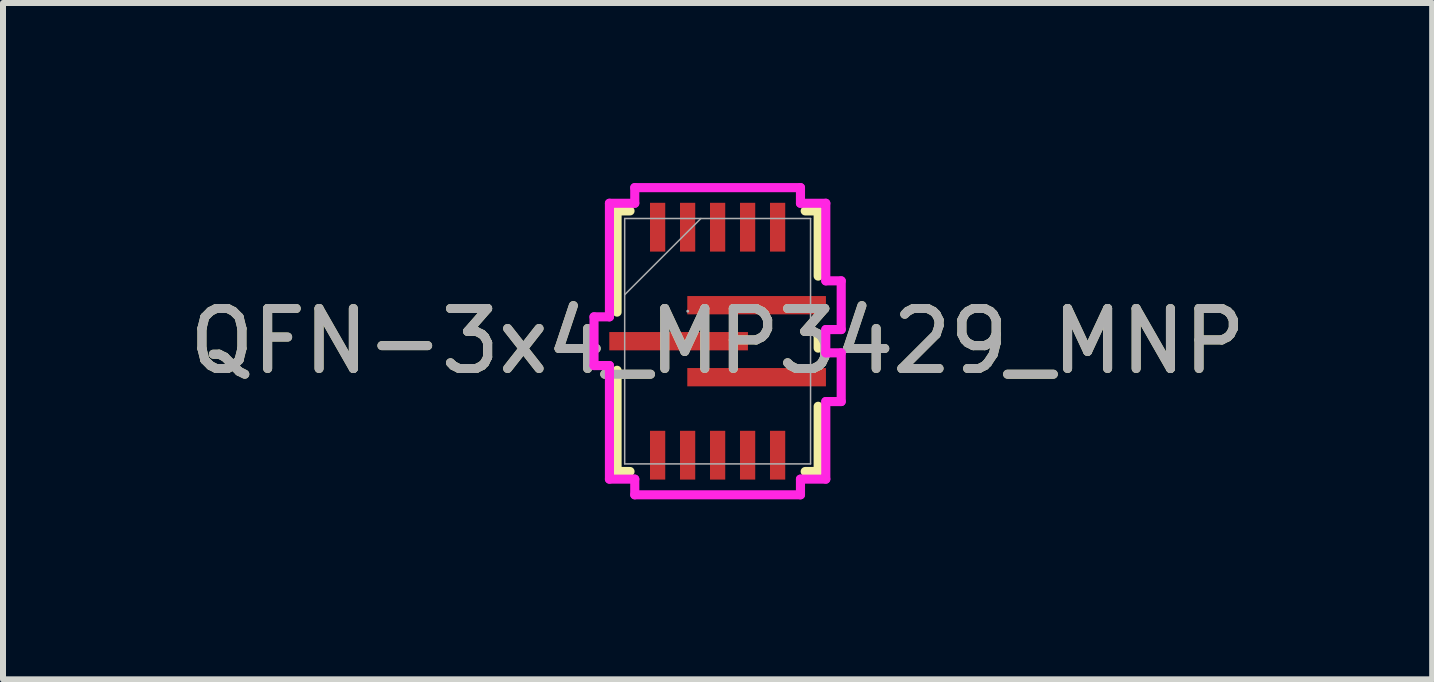
<source format=kicad_pcb>
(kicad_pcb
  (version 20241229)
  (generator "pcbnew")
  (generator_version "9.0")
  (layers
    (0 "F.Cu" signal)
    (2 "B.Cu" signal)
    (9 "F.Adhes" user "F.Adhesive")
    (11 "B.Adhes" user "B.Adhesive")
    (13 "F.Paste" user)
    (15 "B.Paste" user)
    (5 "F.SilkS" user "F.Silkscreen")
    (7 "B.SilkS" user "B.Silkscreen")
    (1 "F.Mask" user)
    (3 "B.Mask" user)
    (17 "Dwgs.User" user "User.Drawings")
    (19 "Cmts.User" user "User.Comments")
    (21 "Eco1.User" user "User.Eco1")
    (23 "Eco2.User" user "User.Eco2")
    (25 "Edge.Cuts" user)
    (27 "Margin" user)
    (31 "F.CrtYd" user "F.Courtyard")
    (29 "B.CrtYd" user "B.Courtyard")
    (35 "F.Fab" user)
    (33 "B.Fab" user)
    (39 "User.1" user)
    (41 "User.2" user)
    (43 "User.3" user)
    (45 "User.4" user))
  (footprint "QFN-3x4_MP3429_MNP"
    (layer "F.Cu")
    (at 8.911 2.637)
    (property "Reference" "QFN-3x4_MP3429_MNP" (at 0 0 0) (unlocked yes) (layer "F.SilkS") (effects (font (size 1 1) (thickness 0.15))))
    (attr smd)
    (fp_line (start -1.676 -2.172) (end -1.46 -2.172) (stroke (width 0.152) (type solid)) (layer "F.SilkS"))
    (fp_line (start -1.676 -0.485) (end -1.676 -2.172) (stroke (width 0.152) (type solid)) (layer "F.SilkS"))
    (fp_line (start -1.676 2.172) (end -1.676 0.485) (stroke (width 0.152) (type solid)) (layer "F.SilkS"))
    (fp_line (start -1.46 2.172) (end -1.676 2.172) (stroke (width 0.152) (type solid)) (layer "F.SilkS"))
    (fp_line (start 1.46 -2.172) (end 1.676 -2.172) (stroke (width 0.152) (type solid)) (layer "F.SilkS"))
    (fp_line (start 1.676 -2.172) (end 1.676 -1.085) (stroke (width 0.152) (type solid)) (layer "F.SilkS"))
    (fp_line (start 1.676 -0.115) (end 1.676 0.115) (stroke (width 0.152) (type solid)) (layer "F.SilkS"))
    (fp_line (start 1.676 1.085) (end 1.676 2.172) (stroke (width 0.152) (type solid)) (layer "F.SilkS"))
    (fp_line (start 1.676 2.172) (end 1.46 2.172) (stroke (width 0.152) (type solid)) (layer "F.SilkS"))
    (fp_line (start -2.06 -0.406) (end -2.06 0.406) (stroke (width 0.152) (type solid)) (layer "F.CrtYd"))
    (fp_line (start -2.06 0.406) (end -1.803 0.406) (stroke (width 0.152) (type solid)) (layer "F.CrtYd"))
    (fp_line (start -1.803 -2.299) (end -1.803 -0.406) (stroke (width 0.152) (type solid)) (layer "F.CrtYd"))
    (fp_line (start -1.803 -0.406) (end -2.06 -0.406) (stroke (width 0.152) (type solid)) (layer "F.CrtYd"))
    (fp_line (start -1.803 0.406) (end -1.803 2.299) (stroke (width 0.152) (type solid)) (layer "F.CrtYd"))
    (fp_line (start -1.803 2.299) (end -1.381 2.299) (stroke (width 0.152) (type solid)) (layer "F.CrtYd"))
    (fp_line (start -1.381 -2.56) (end -1.381 -2.299) (stroke (width 0.152) (type solid)) (layer "F.CrtYd"))
    (fp_line (start -1.381 -2.299) (end -1.803 -2.299) (stroke (width 0.152) (type solid)) (layer "F.CrtYd"))
    (fp_line (start -1.381 2.299) (end -1.381 2.56) (stroke (width 0.152) (type solid)) (layer "F.CrtYd"))
    (fp_line (start -1.381 2.56) (end 1.381 2.56) (stroke (width 0.152) (type solid)) (layer "F.CrtYd"))
    (fp_line (start 1.381 -2.56) (end -1.381 -2.56) (stroke (width 0.152) (type solid)) (layer "F.CrtYd"))
    (fp_line (start 1.381 -2.299) (end 1.381 -2.56) (stroke (width 0.152) (type solid)) (layer "F.CrtYd"))
    (fp_line (start 1.381 2.299) (end 1.803 2.299) (stroke (width 0.152) (type solid)) (layer "F.CrtYd"))
    (fp_line (start 1.381 2.56) (end 1.381 2.299) (stroke (width 0.152) (type solid)) (layer "F.CrtYd"))
    (fp_line (start 1.803 -2.299) (end 1.381 -2.299) (stroke (width 0.152) (type solid)) (layer "F.CrtYd"))
    (fp_line (start 1.803 -1.006) (end 1.803 -2.299) (stroke (width 0.152) (type solid)) (layer "F.CrtYd"))
    (fp_line (start 1.803 -0.194) (end 2.06 -0.194) (stroke (width 0.152) (type solid)) (layer "F.CrtYd"))
    (fp_line (start 1.803 0.194) (end 1.803 -0.194) (stroke (width 0.152) (type solid)) (layer "F.CrtYd"))
    (fp_line (start 1.803 1.006) (end 2.06 1.006) (stroke (width 0.152) (type solid)) (layer "F.CrtYd"))
    (fp_line (start 1.803 2.299) (end 1.803 1.006) (stroke (width 0.152) (type solid)) (layer "F.CrtYd"))
    (fp_line (start 2.06 -1.006) (end 1.803 -1.006) (stroke (width 0.152) (type solid)) (layer "F.CrtYd"))
    (fp_line (start 2.06 -0.194) (end 2.06 -1.006) (stroke (width 0.152) (type solid)) (layer "F.CrtYd"))
    (fp_line (start 2.06 0.194) (end 1.803 0.194) (stroke (width 0.152) (type solid)) (layer "F.CrtYd"))
    (fp_line (start 2.06 1.006) (end 2.06 0.194) (stroke (width 0.152) (type solid)) (layer "F.CrtYd"))
    (fp_line (start -1.549 -2.045) (end -1.549 2.045) (stroke (width 0.025) (type solid)) (layer "F.Fab"))
    (fp_line (start -1.549 -0.775) (end -0.279 -2.045) (stroke (width 0.025) (type solid)) (layer "F.Fab"))
    (fp_line (start -1.549 2.045) (end 1.549 2.045) (stroke (width 0.025) (type solid)) (layer "F.Fab"))
    (fp_line (start 1.549 -2.045) (end -1.549 -2.045) (stroke (width 0.025) (type solid)) (layer "F.Fab"))
    (fp_line (start 1.549 2.045) (end 1.549 -2.045) (stroke (width 0.025) (type solid)) (layer "F.Fab"))
    (fp_circle (center -0.498 -0.5) (end -0.498 -0.5) (stroke (width 0.025) (type solid)) (fill no) (layer "F.Fab"))
    (fp_text user "${REFERENCE}" (at 0 0 0) (unlocked yes) (layer "F.Fab") (effects (font (size 1 1) (thickness 0.15))))
    (pad "1" smd rect (at -0.65 0) (size 2.311 0.305) (layers "F.Cu" "F.Mask" "F.Paste"))
    (pad "2" smd rect (at -1 1.9 90) (size 0.813 0.254) (layers "F.Cu" "F.Mask" "F.Paste"))
    (pad "3" smd rect (at -0.5 1.9 90) (size 0.813 0.254) (layers "F.Cu" "F.Mask" "F.Paste"))
    (pad "4" smd rect (at 0 1.9 90) (size 0.813 0.254) (layers "F.Cu" "F.Mask" "F.Paste"))
    (pad "5" smd rect (at 0.5 1.9 90) (size 0.813 0.254) (layers "F.Cu" "F.Mask" "F.Paste"))
    (pad "6" smd rect (at 1 1.9 90) (size 0.813 0.254) (layers "F.Cu" "F.Mask" "F.Paste"))
    (pad "7" smd rect (at 0.65 0.6) (size 2.311 0.305) (layers "F.Cu" "F.Mask" "F.Paste"))
    (pad "8" smd rect (at 0.65 -0.6) (size 2.311 0.305) (layers "F.Cu" "F.Mask" "F.Paste"))
    (pad "9" smd rect (at 1 -1.9 90) (size 0.813 0.254) (layers "F.Cu" "F.Mask" "F.Paste"))
    (pad "10" smd rect (at 0.5 -1.9 90) (size 0.813 0.254) (layers "F.Cu" "F.Mask" "F.Paste"))
    (pad "11" smd rect (at 0 -1.9 90) (size 0.813 0.254) (layers "F.Cu" "F.Mask" "F.Paste"))
    (pad "12" smd rect (at -0.5 -1.9 90) (size 0.813 0.254) (layers "F.Cu" "F.Mask" "F.Paste"))
    (pad "13" smd rect (at -1 -1.9 90) (size 0.813 0.254) (layers "F.Cu" "F.Mask" "F.Paste")))
  (gr_rect
    (start -3 -3)
    (end 20.821 8.273)
    (stroke (width 0.1) (type default))
    (fill no)
    (layer "Edge.Cuts")))
</source>
